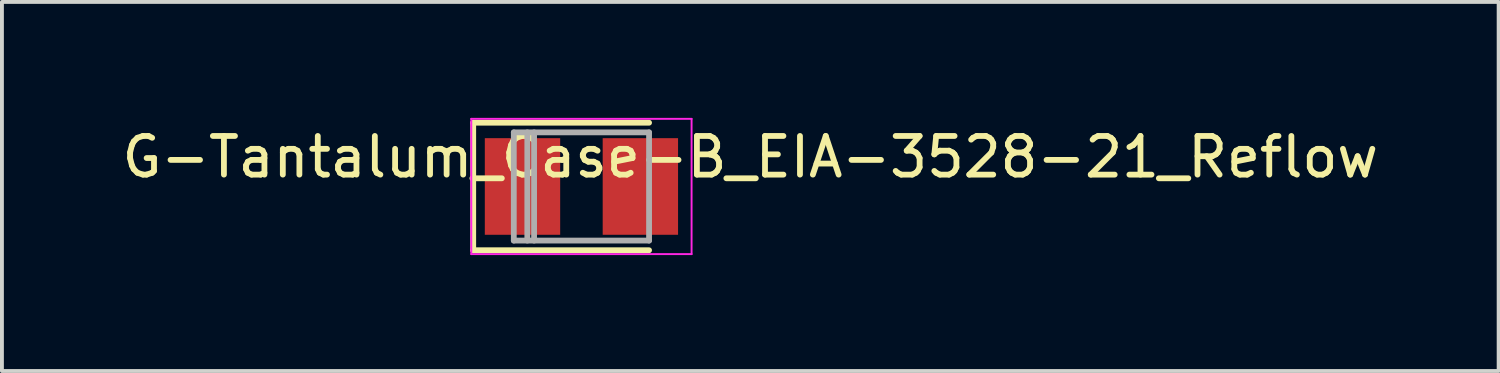
<source format=kicad_pcb>
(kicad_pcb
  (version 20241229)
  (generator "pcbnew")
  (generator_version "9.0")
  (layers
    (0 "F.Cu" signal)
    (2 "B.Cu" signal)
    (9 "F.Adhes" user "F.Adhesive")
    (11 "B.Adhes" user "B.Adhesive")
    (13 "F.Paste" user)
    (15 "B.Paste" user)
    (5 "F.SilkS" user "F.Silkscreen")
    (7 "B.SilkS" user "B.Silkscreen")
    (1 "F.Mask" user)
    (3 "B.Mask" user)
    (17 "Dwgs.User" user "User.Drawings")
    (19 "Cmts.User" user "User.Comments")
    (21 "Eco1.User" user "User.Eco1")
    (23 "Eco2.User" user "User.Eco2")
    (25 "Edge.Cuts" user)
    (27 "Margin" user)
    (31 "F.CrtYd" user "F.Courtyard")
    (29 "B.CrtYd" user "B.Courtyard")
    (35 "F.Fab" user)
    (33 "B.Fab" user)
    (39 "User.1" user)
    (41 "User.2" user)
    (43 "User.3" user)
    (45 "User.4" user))
  (footprint "G-Tantalum_Case-B_EIA-3528-21_Reflow"
    (layer "F.Cu")
    (at 11.994 1.775)
    (property "Reference" "G-Tantalum_Case-B_EIA-3528-21_Reflow" (at 4.369 -0.762 180) (layer "F.SilkS") (effects (font (size 1 1) (thickness 0.15))))
    (attr smd)
    (fp_line (start -2.8 -1.65) (end -2.8 1.65) (stroke (width 0.15) (type solid)) (layer "F.SilkS"))
    (fp_line (start -2.8 -1.65) (end 1.75 -1.65) (stroke (width 0.15) (type solid)) (layer "F.SilkS"))
    (fp_line (start -2.8 1.65) (end 1.75 1.65) (stroke (width 0.15) (type solid)) (layer "F.SilkS"))
    (fp_line (start -2.85 -1.75) (end -2.85 1.75) (stroke (width 0.05) (type solid)) (layer "F.CrtYd"))
    (fp_line (start -2.85 1.75) (end 2.85 1.75) (stroke (width 0.05) (type solid)) (layer "F.CrtYd"))
    (fp_line (start 2.85 -1.75) (end -2.85 -1.75) (stroke (width 0.05) (type solid)) (layer "F.CrtYd"))
    (fp_line (start 2.85 1.75) (end 2.85 -1.75) (stroke (width 0.05) (type solid)) (layer "F.CrtYd"))
    (fp_line (start -1.75 -1.4) (end -1.75 1.4) (stroke (width 0.15) (type solid)) (layer "F.Fab"))
    (fp_line (start -1.75 1.4) (end 1.75 1.4) (stroke (width 0.15) (type solid)) (layer "F.Fab"))
    (fp_line (start -1.4 -1.4) (end -1.4 1.4) (stroke (width 0.15) (type solid)) (layer "F.Fab"))
    (fp_line (start -1.225 -1.4) (end -1.225 1.4) (stroke (width 0.15) (type solid)) (layer "F.Fab"))
    (fp_line (start 1.75 -1.4) (end -1.75 -1.4) (stroke (width 0.15) (type solid)) (layer "F.Fab"))
    (fp_line (start 1.75 1.4) (end 1.75 -1.4) (stroke (width 0.15) (type solid)) (layer "F.Fab"))
    (pad "1" smd rect (at -1.525 0) (size 1.95 2.5) (layers "F.Cu" "F.Mask" "F.Paste"))
    (pad "2" smd rect (at 1.525 0) (size 1.95 2.5) (layers "F.Cu" "F.Mask" "F.Paste")))
  (gr_rect
    (start -3 -3)
    (end 35.726 6.55)
    (stroke (width 0.1) (type default))
    (fill no)
    (layer "Edge.Cuts")))
</source>
